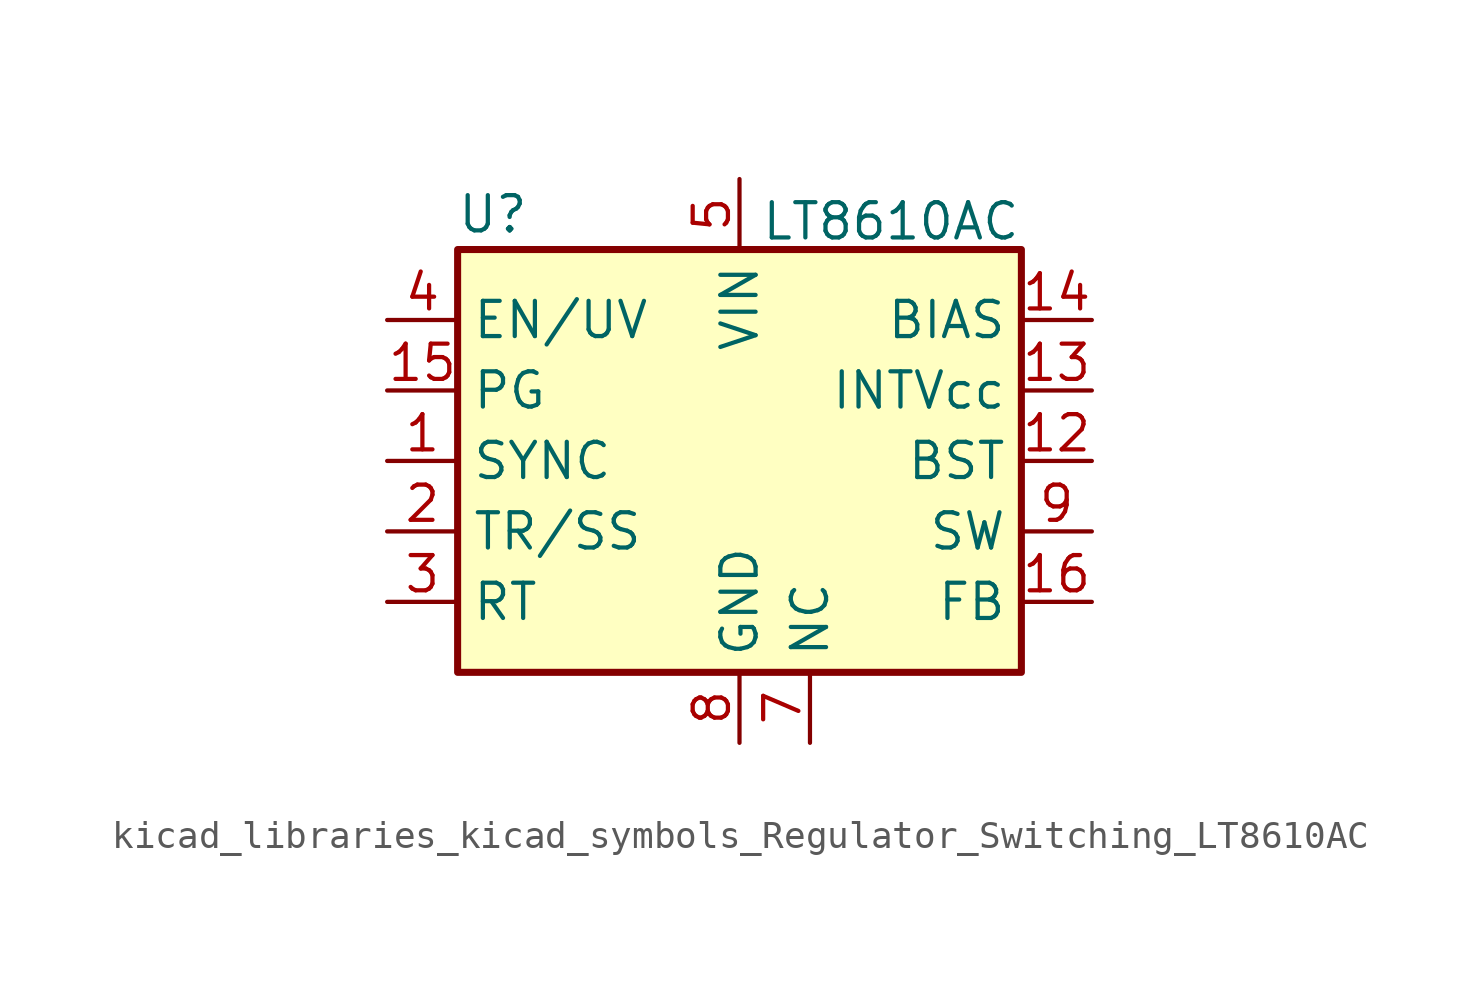
<source format=kicad_sym>
(kicad_symbol_lib
  (version 20220914)
  (generator kicad_symbol_editor)
  (symbol "kicad_libraries_kicad_symbols_Regulator_Switching_LT8610AC"
    (property "Reference" "U"
      (at -8.89 8.89 0)
      (effects (font (size 1.27 1.27))))
    (property "Value" "LT8610AC"
      (at 0.762 8.636 0)
      (effects (font (size 1.27 1.27)) (justify left)))
    (symbol "kicad_libraries_kicad_symbols_Regulator_Switching_LT8610AC_0_1"
      (rectangle (start -10.16 7.62) (end 10.16 -7.62) (stroke (width 0.254) (type default)) (fill (type background))))
    (symbol "kicad_libraries_kicad_symbols_Regulator_Switching_LT8610AC_1_1"
      (pin input line (at -12.7 0 0) (length 2.54) (name "SYNC" (effects (font (size 1.27 1.27)))) (number "1" (effects (font (size 1.27 1.27)))))
      (pin passive line (at 12.7 -2.54 180) (length 2.54) hide (name "SW" (effects (font (size 1.27 1.27)))) (number "10" (effects (font (size 1.27 1.27)))))
      (pin passive line (at 12.7 -2.54 180) (length 2.54) hide (name "SW" (effects (font (size 1.27 1.27)))) (number "11" (effects (font (size 1.27 1.27)))))
      (pin input line (at 12.7 0 180) (length 2.54) (name "BST" (effects (font (size 1.27 1.27)))) (number "12" (effects (font (size 1.27 1.27)))))
      (pin passive line (at 12.7 2.54 180) (length 2.54) (name "INTVcc" (effects (font (size 1.27 1.27)))) (number "13" (effects (font (size 1.27 1.27)))))
      (pin input line (at 12.7 5.08 180) (length 2.54) (name "BIAS" (effects (font (size 1.27 1.27)))) (number "14" (effects (font (size 1.27 1.27)))))
      (pin open_collector line (at -12.7 2.54 0) (length 2.54) (name "PG" (effects (font (size 1.27 1.27)))) (number "15" (effects (font (size 1.27 1.27)))))
      (pin input line (at 12.7 -5.08 180) (length 2.54) (name "FB" (effects (font (size 1.27 1.27)))) (number "16" (effects (font (size 1.27 1.27)))))
      (pin passive line (at 0 -10.16 90) (length 2.54) hide (name "GND" (effects (font (size 1.27 1.27)))) (number "17" (effects (font (size 1.27 1.27)))))
      (pin input line (at -12.7 -2.54 0) (length 2.54) (name "TR/SS" (effects (font (size 1.27 1.27)))) (number "2" (effects (font (size 1.27 1.27)))))
      (pin passive line (at -12.7 -5.08 0) (length 2.54) (name "RT" (effects (font (size 1.27 1.27)))) (number "3" (effects (font (size 1.27 1.27)))))
      (pin input line (at -12.7 5.08 0) (length 2.54) (name "EN/UV" (effects (font (size 1.27 1.27)))) (number "4" (effects (font (size 1.27 1.27)))))
      (pin power_in line (at 0 10.16 270) (length 2.54) (name "VIN" (effects (font (size 1.27 1.27)))) (number "5" (effects (font (size 1.27 1.27)))))
      (pin passive line (at 0 10.16 270) (length 2.54) hide (name "VIN" (effects (font (size 1.27 1.27)))) (number "6" (effects (font (size 1.27 1.27)))))
      (pin passive line (at 2.54 -10.16 90) (length 2.54) (name "NC" (effects (font (size 1.27 1.27)))) (number "7" (effects (font (size 1.27 1.27)))))
      (pin power_in line (at 0 -10.16 90) (length 2.54) (name "GND" (effects (font (size 1.27 1.27)))) (number "8" (effects (font (size 1.27 1.27)))))
      (pin output line (at 12.7 -2.54 180) (length 2.54) (name "SW" (effects (font (size 1.27 1.27)))) (number "9" (effects (font (size 1.27 1.27))))))))
</source>
